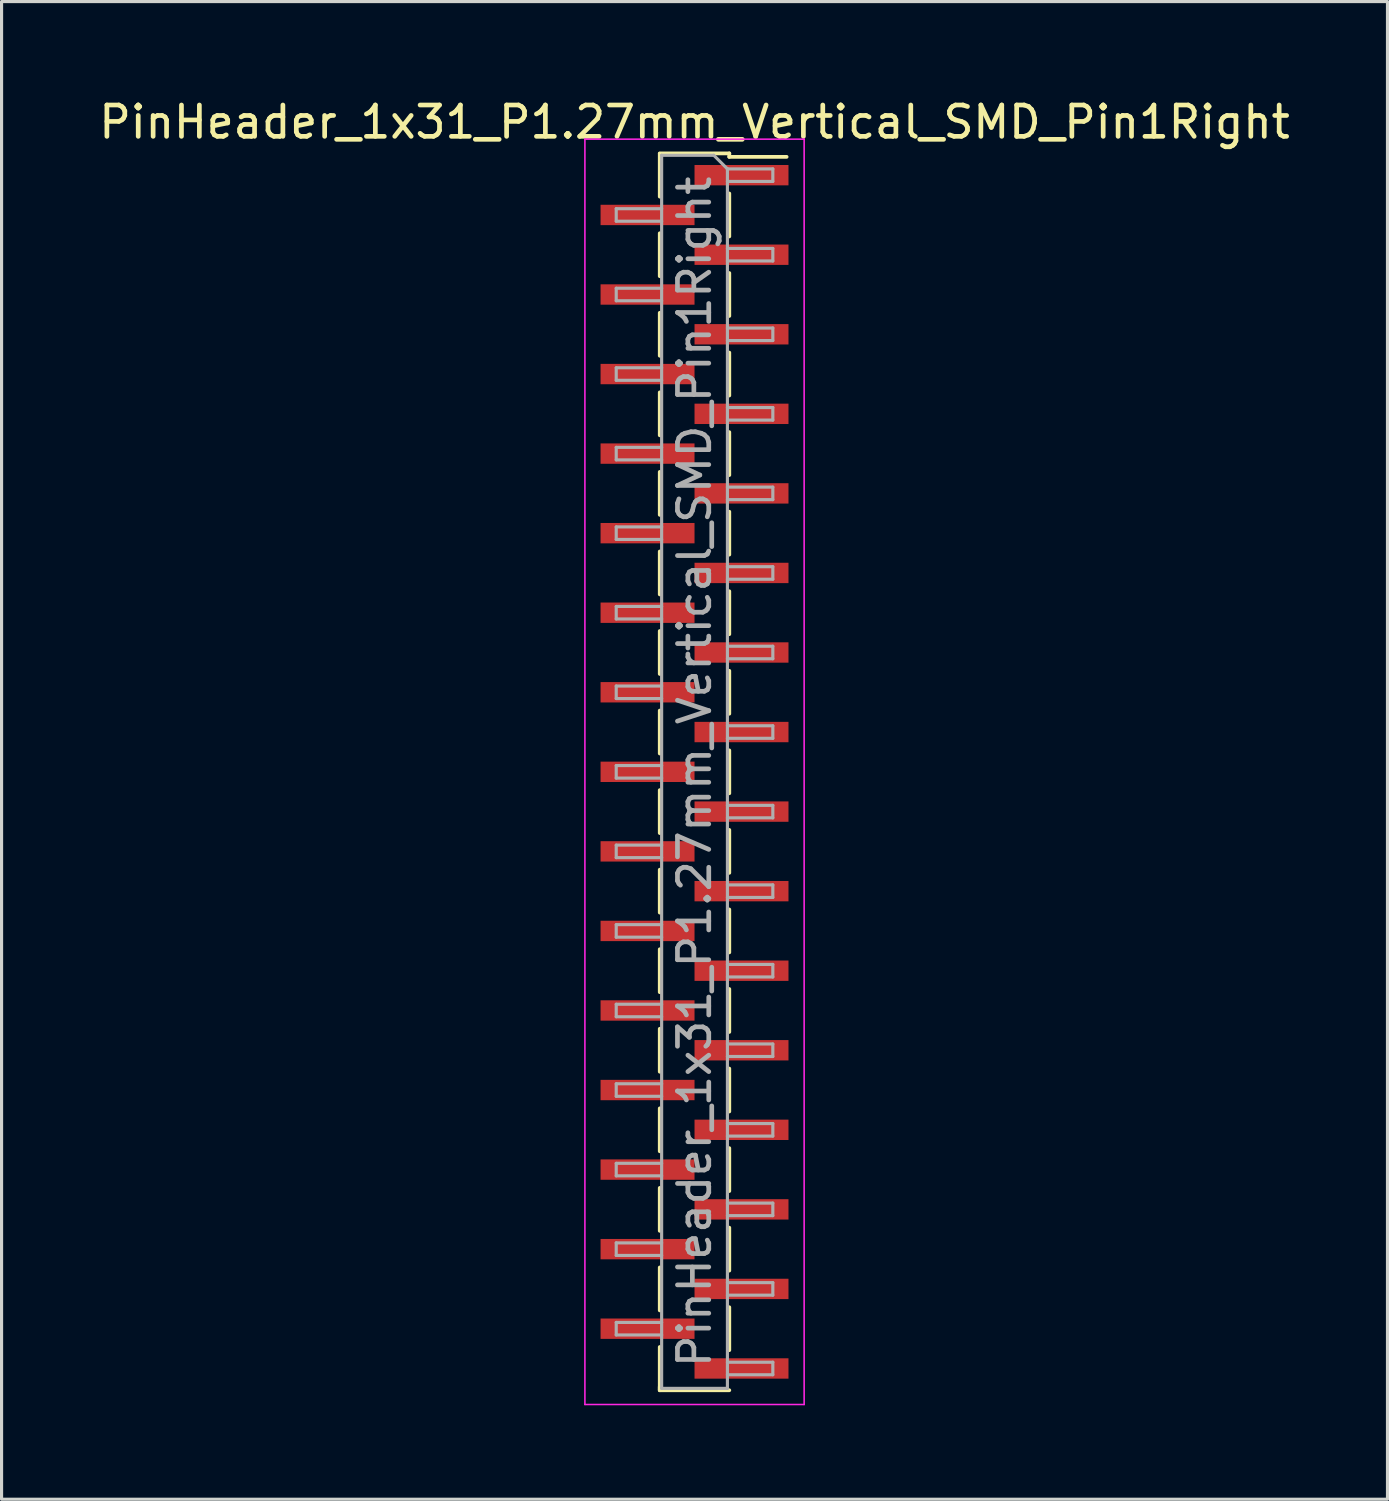
<source format=kicad_pcb>
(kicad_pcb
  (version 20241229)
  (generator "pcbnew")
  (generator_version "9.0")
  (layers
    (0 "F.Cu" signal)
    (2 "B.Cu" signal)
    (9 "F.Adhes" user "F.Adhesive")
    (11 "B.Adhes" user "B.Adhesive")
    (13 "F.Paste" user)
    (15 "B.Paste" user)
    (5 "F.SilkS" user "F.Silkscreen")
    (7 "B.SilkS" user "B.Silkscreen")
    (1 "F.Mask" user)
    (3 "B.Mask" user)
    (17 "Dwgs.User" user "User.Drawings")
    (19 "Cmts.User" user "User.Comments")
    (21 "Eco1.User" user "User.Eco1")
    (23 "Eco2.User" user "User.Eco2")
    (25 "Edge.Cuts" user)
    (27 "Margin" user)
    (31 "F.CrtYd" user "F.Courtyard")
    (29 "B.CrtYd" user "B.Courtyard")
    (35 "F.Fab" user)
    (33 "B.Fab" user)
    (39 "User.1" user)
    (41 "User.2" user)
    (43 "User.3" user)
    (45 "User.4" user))
  (footprint "PinHeader_1x31_P1.27mm_Vertical_SMD_Pin1Right"
    (layer "F.Cu")
    (at 19.125 21.593)
    (property "Reference" "PinHeader_1x31_P1.27mm_Vertical_SMD_Pin1Right" (at 0 -20.745 0) (layer "F.SilkS") (effects (font (size 1 1) (thickness 0.15))))
    (attr smd)
    (fp_line (start -1.11 -19.745) (end 1.11 -19.745) (stroke (width 0.12) (type solid)) (layer "F.SilkS"))
    (fp_line (start -1.11 -19.735) (end -1.11 -18.365) (stroke (width 0.12) (type solid)) (layer "F.SilkS"))
    (fp_line (start -1.11 -17.195) (end -1.11 -15.825) (stroke (width 0.12) (type solid)) (layer "F.SilkS"))
    (fp_line (start -1.11 -14.655) (end -1.11 -13.285) (stroke (width 0.12) (type solid)) (layer "F.SilkS"))
    (fp_line (start -1.11 -12.115) (end -1.11 -10.745) (stroke (width 0.12) (type solid)) (layer "F.SilkS"))
    (fp_line (start -1.11 -9.575) (end -1.11 -8.205) (stroke (width 0.12) (type solid)) (layer "F.SilkS"))
    (fp_line (start -1.11 -7.035) (end -1.11 -5.665) (stroke (width 0.12) (type solid)) (layer "F.SilkS"))
    (fp_line (start -1.11 -4.495) (end -1.11 -3.125) (stroke (width 0.12) (type solid)) (layer "F.SilkS"))
    (fp_line (start -1.11 -1.955) (end -1.11 -0.585) (stroke (width 0.12) (type solid)) (layer "F.SilkS"))
    (fp_line (start -1.11 0.585) (end -1.11 1.955) (stroke (width 0.12) (type solid)) (layer "F.SilkS"))
    (fp_line (start -1.11 3.125) (end -1.11 4.495) (stroke (width 0.12) (type solid)) (layer "F.SilkS"))
    (fp_line (start -1.11 5.665) (end -1.11 7.035) (stroke (width 0.12) (type solid)) (layer "F.SilkS"))
    (fp_line (start -1.11 8.205) (end -1.11 9.575) (stroke (width 0.12) (type solid)) (layer "F.SilkS"))
    (fp_line (start -1.11 10.745) (end -1.11 12.115) (stroke (width 0.12) (type solid)) (layer "F.SilkS"))
    (fp_line (start -1.11 13.285) (end -1.11 14.655) (stroke (width 0.12) (type solid)) (layer "F.SilkS"))
    (fp_line (start -1.11 15.825) (end -1.11 17.195) (stroke (width 0.12) (type solid)) (layer "F.SilkS"))
    (fp_line (start -1.11 18.365) (end -1.11 19.735) (stroke (width 0.12) (type solid)) (layer "F.SilkS"))
    (fp_line (start -1.11 19.635) (end -1.11 19.745) (stroke (width 0.12) (type solid)) (layer "F.SilkS"))
    (fp_line (start -1.11 19.745) (end 1.11 19.745) (stroke (width 0.12) (type solid)) (layer "F.SilkS"))
    (fp_line (start 1.11 -19.745) (end 1.11 -19.635) (stroke (width 0.12) (type solid)) (layer "F.SilkS"))
    (fp_line (start 1.11 -19.635) (end 2.94 -19.635) (stroke (width 0.12) (type solid)) (layer "F.SilkS"))
    (fp_line (start 1.11 -18.465) (end 1.11 -17.095) (stroke (width 0.12) (type solid)) (layer "F.SilkS"))
    (fp_line (start 1.11 -15.925) (end 1.11 -14.555) (stroke (width 0.12) (type solid)) (layer "F.SilkS"))
    (fp_line (start 1.11 -13.385) (end 1.11 -12.015) (stroke (width 0.12) (type solid)) (layer "F.SilkS"))
    (fp_line (start 1.11 -10.845) (end 1.11 -9.475) (stroke (width 0.12) (type solid)) (layer "F.SilkS"))
    (fp_line (start 1.11 -8.305) (end 1.11 -6.935) (stroke (width 0.12) (type solid)) (layer "F.SilkS"))
    (fp_line (start 1.11 -5.765) (end 1.11 -4.395) (stroke (width 0.12) (type solid)) (layer "F.SilkS"))
    (fp_line (start 1.11 -3.225) (end 1.11 -1.855) (stroke (width 0.12) (type solid)) (layer "F.SilkS"))
    (fp_line (start 1.11 -0.685) (end 1.11 0.685) (stroke (width 0.12) (type solid)) (layer "F.SilkS"))
    (fp_line (start 1.11 1.855) (end 1.11 3.225) (stroke (width 0.12) (type solid)) (layer "F.SilkS"))
    (fp_line (start 1.11 4.395) (end 1.11 5.765) (stroke (width 0.12) (type solid)) (layer "F.SilkS"))
    (fp_line (start 1.11 6.935) (end 1.11 8.305) (stroke (width 0.12) (type solid)) (layer "F.SilkS"))
    (fp_line (start 1.11 9.475) (end 1.11 10.845) (stroke (width 0.12) (type solid)) (layer "F.SilkS"))
    (fp_line (start 1.11 12.015) (end 1.11 13.385) (stroke (width 0.12) (type solid)) (layer "F.SilkS"))
    (fp_line (start 1.11 14.555) (end 1.11 15.925) (stroke (width 0.12) (type solid)) (layer "F.SilkS"))
    (fp_line (start 1.11 17.095) (end 1.11 18.465) (stroke (width 0.12) (type solid)) (layer "F.SilkS"))
    (fp_line (start -3.5 -20.2) (end -3.5 20.2) (stroke (width 0.05) (type solid)) (layer "F.CrtYd"))
    (fp_line (start -3.5 20.2) (end 3.5 20.2) (stroke (width 0.05) (type solid)) (layer "F.CrtYd"))
    (fp_line (start 3.5 -20.2) (end -3.5 -20.2) (stroke (width 0.05) (type solid)) (layer "F.CrtYd"))
    (fp_line (start 3.5 20.2) (end 3.5 -20.2) (stroke (width 0.05) (type solid)) (layer "F.CrtYd"))
    (fp_line (start -2.5 -17.98) (end -2.5 -17.58) (stroke (width 0.1) (type solid)) (layer "F.Fab"))
    (fp_line (start -2.5 -17.58) (end -1.05 -17.58) (stroke (width 0.1) (type solid)) (layer "F.Fab"))
    (fp_line (start -2.5 -15.44) (end -2.5 -15.04) (stroke (width 0.1) (type solid)) (layer "F.Fab"))
    (fp_line (start -2.5 -15.04) (end -1.05 -15.04) (stroke (width 0.1) (type solid)) (layer "F.Fab"))
    (fp_line (start -2.5 -12.9) (end -2.5 -12.5) (stroke (width 0.1) (type solid)) (layer "F.Fab"))
    (fp_line (start -2.5 -12.5) (end -1.05 -12.5) (stroke (width 0.1) (type solid)) (layer "F.Fab"))
    (fp_line (start -2.5 -10.36) (end -2.5 -9.96) (stroke (width 0.1) (type solid)) (layer "F.Fab"))
    (fp_line (start -2.5 -9.96) (end -1.05 -9.96) (stroke (width 0.1) (type solid)) (layer "F.Fab"))
    (fp_line (start -2.5 -7.82) (end -2.5 -7.42) (stroke (width 0.1) (type solid)) (layer "F.Fab"))
    (fp_line (start -2.5 -7.42) (end -1.05 -7.42) (stroke (width 0.1) (type solid)) (layer "F.Fab"))
    (fp_line (start -2.5 -5.28) (end -2.5 -4.88) (stroke (width 0.1) (type solid)) (layer "F.Fab"))
    (fp_line (start -2.5 -4.88) (end -1.05 -4.88) (stroke (width 0.1) (type solid)) (layer "F.Fab"))
    (fp_line (start -2.5 -2.74) (end -2.5 -2.34) (stroke (width 0.1) (type solid)) (layer "F.Fab"))
    (fp_line (start -2.5 -2.34) (end -1.05 -2.34) (stroke (width 0.1) (type solid)) (layer "F.Fab"))
    (fp_line (start -2.5 -0.2) (end -2.5 0.2) (stroke (width 0.1) (type solid)) (layer "F.Fab"))
    (fp_line (start -2.5 0.2) (end -1.05 0.2) (stroke (width 0.1) (type solid)) (layer "F.Fab"))
    (fp_line (start -2.5 2.34) (end -2.5 2.74) (stroke (width 0.1) (type solid)) (layer "F.Fab"))
    (fp_line (start -2.5 2.74) (end -1.05 2.74) (stroke (width 0.1) (type solid)) (layer "F.Fab"))
    (fp_line (start -2.5 4.88) (end -2.5 5.28) (stroke (width 0.1) (type solid)) (layer "F.Fab"))
    (fp_line (start -2.5 5.28) (end -1.05 5.28) (stroke (width 0.1) (type solid)) (layer "F.Fab"))
    (fp_line (start -2.5 7.42) (end -2.5 7.82) (stroke (width 0.1) (type solid)) (layer "F.Fab"))
    (fp_line (start -2.5 7.82) (end -1.05 7.82) (stroke (width 0.1) (type solid)) (layer "F.Fab"))
    (fp_line (start -2.5 9.96) (end -2.5 10.36) (stroke (width 0.1) (type solid)) (layer "F.Fab"))
    (fp_line (start -2.5 10.36) (end -1.05 10.36) (stroke (width 0.1) (type solid)) (layer "F.Fab"))
    (fp_line (start -2.5 12.5) (end -2.5 12.9) (stroke (width 0.1) (type solid)) (layer "F.Fab"))
    (fp_line (start -2.5 12.9) (end -1.05 12.9) (stroke (width 0.1) (type solid)) (layer "F.Fab"))
    (fp_line (start -2.5 15.04) (end -2.5 15.44) (stroke (width 0.1) (type solid)) (layer "F.Fab"))
    (fp_line (start -2.5 15.44) (end -1.05 15.44) (stroke (width 0.1) (type solid)) (layer "F.Fab"))
    (fp_line (start -2.5 17.58) (end -2.5 17.98) (stroke (width 0.1) (type solid)) (layer "F.Fab"))
    (fp_line (start -2.5 17.98) (end -1.05 17.98) (stroke (width 0.1) (type solid)) (layer "F.Fab"))
    (fp_line (start -1.05 -19.685) (end -1.05 19.685) (stroke (width 0.1) (type solid)) (layer "F.Fab"))
    (fp_line (start -1.05 -19.685) (end 0.615 -19.685) (stroke (width 0.1) (type solid)) (layer "F.Fab"))
    (fp_line (start -1.05 -17.98) (end -2.5 -17.98) (stroke (width 0.1) (type solid)) (layer "F.Fab"))
    (fp_line (start -1.05 -15.44) (end -2.5 -15.44) (stroke (width 0.1) (type solid)) (layer "F.Fab"))
    (fp_line (start -1.05 -12.9) (end -2.5 -12.9) (stroke (width 0.1) (type solid)) (layer "F.Fab"))
    (fp_line (start -1.05 -10.36) (end -2.5 -10.36) (stroke (width 0.1) (type solid)) (layer "F.Fab"))
    (fp_line (start -1.05 -7.82) (end -2.5 -7.82) (stroke (width 0.1) (type solid)) (layer "F.Fab"))
    (fp_line (start -1.05 -5.28) (end -2.5 -5.28) (stroke (width 0.1) (type solid)) (layer "F.Fab"))
    (fp_line (start -1.05 -2.74) (end -2.5 -2.74) (stroke (width 0.1) (type solid)) (layer "F.Fab"))
    (fp_line (start -1.05 -0.2) (end -2.5 -0.2) (stroke (width 0.1) (type solid)) (layer "F.Fab"))
    (fp_line (start -1.05 2.34) (end -2.5 2.34) (stroke (width 0.1) (type solid)) (layer "F.Fab"))
    (fp_line (start -1.05 4.88) (end -2.5 4.88) (stroke (width 0.1) (type solid)) (layer "F.Fab"))
    (fp_line (start -1.05 7.42) (end -2.5 7.42) (stroke (width 0.1) (type solid)) (layer "F.Fab"))
    (fp_line (start -1.05 9.96) (end -2.5 9.96) (stroke (width 0.1) (type solid)) (layer "F.Fab"))
    (fp_line (start -1.05 12.5) (end -2.5 12.5) (stroke (width 0.1) (type solid)) (layer "F.Fab"))
    (fp_line (start -1.05 15.04) (end -2.5 15.04) (stroke (width 0.1) (type solid)) (layer "F.Fab"))
    (fp_line (start -1.05 17.58) (end -2.5 17.58) (stroke (width 0.1) (type solid)) (layer "F.Fab"))
    (fp_line (start 1.05 -19.25) (end 0.615 -19.685) (stroke (width 0.1) (type solid)) (layer "F.Fab"))
    (fp_line (start 1.05 -19.25) (end 2.5 -19.25) (stroke (width 0.1) (type solid)) (layer "F.Fab"))
    (fp_line (start 1.05 -16.71) (end 2.5 -16.71) (stroke (width 0.1) (type solid)) (layer "F.Fab"))
    (fp_line (start 1.05 -14.17) (end 2.5 -14.17) (stroke (width 0.1) (type solid)) (layer "F.Fab"))
    (fp_line (start 1.05 -11.63) (end 2.5 -11.63) (stroke (width 0.1) (type solid)) (layer "F.Fab"))
    (fp_line (start 1.05 -9.09) (end 2.5 -9.09) (stroke (width 0.1) (type solid)) (layer "F.Fab"))
    (fp_line (start 1.05 -6.55) (end 2.5 -6.55) (stroke (width 0.1) (type solid)) (layer "F.Fab"))
    (fp_line (start 1.05 -4.01) (end 2.5 -4.01) (stroke (width 0.1) (type solid)) (layer "F.Fab"))
    (fp_line (start 1.05 -1.47) (end 2.5 -1.47) (stroke (width 0.1) (type solid)) (layer "F.Fab"))
    (fp_line (start 1.05 1.07) (end 2.5 1.07) (stroke (width 0.1) (type solid)) (layer "F.Fab"))
    (fp_line (start 1.05 3.61) (end 2.5 3.61) (stroke (width 0.1) (type solid)) (layer "F.Fab"))
    (fp_line (start 1.05 6.15) (end 2.5 6.15) (stroke (width 0.1) (type solid)) (layer "F.Fab"))
    (fp_line (start 1.05 8.69) (end 2.5 8.69) (stroke (width 0.1) (type solid)) (layer "F.Fab"))
    (fp_line (start 1.05 11.23) (end 2.5 11.23) (stroke (width 0.1) (type solid)) (layer "F.Fab"))
    (fp_line (start 1.05 13.77) (end 2.5 13.77) (stroke (width 0.1) (type solid)) (layer "F.Fab"))
    (fp_line (start 1.05 16.31) (end 2.5 16.31) (stroke (width 0.1) (type solid)) (layer "F.Fab"))
    (fp_line (start 1.05 18.85) (end 2.5 18.85) (stroke (width 0.1) (type solid)) (layer "F.Fab"))
    (fp_line (start 1.05 19.685) (end -1.05 19.685) (stroke (width 0.1) (type solid)) (layer "F.Fab"))
    (fp_line (start 1.05 19.685) (end 1.05 -19.25) (stroke (width 0.1) (type solid)) (layer "F.Fab"))
    (fp_line (start 2.5 -19.25) (end 2.5 -18.85) (stroke (width 0.1) (type solid)) (layer "F.Fab"))
    (fp_line (start 2.5 -18.85) (end 1.05 -18.85) (stroke (width 0.1) (type solid)) (layer "F.Fab"))
    (fp_line (start 2.5 -16.71) (end 2.5 -16.31) (stroke (width 0.1) (type solid)) (layer "F.Fab"))
    (fp_line (start 2.5 -16.31) (end 1.05 -16.31) (stroke (width 0.1) (type solid)) (layer "F.Fab"))
    (fp_line (start 2.5 -14.17) (end 2.5 -13.77) (stroke (width 0.1) (type solid)) (layer "F.Fab"))
    (fp_line (start 2.5 -13.77) (end 1.05 -13.77) (stroke (width 0.1) (type solid)) (layer "F.Fab"))
    (fp_line (start 2.5 -11.63) (end 2.5 -11.23) (stroke (width 0.1) (type solid)) (layer "F.Fab"))
    (fp_line (start 2.5 -11.23) (end 1.05 -11.23) (stroke (width 0.1) (type solid)) (layer "F.Fab"))
    (fp_line (start 2.5 -9.09) (end 2.5 -8.69) (stroke (width 0.1) (type solid)) (layer "F.Fab"))
    (fp_line (start 2.5 -8.69) (end 1.05 -8.69) (stroke (width 0.1) (type solid)) (layer "F.Fab"))
    (fp_line (start 2.5 -6.55) (end 2.5 -6.15) (stroke (width 0.1) (type solid)) (layer "F.Fab"))
    (fp_line (start 2.5 -6.15) (end 1.05 -6.15) (stroke (width 0.1) (type solid)) (layer "F.Fab"))
    (fp_line (start 2.5 -4.01) (end 2.5 -3.61) (stroke (width 0.1) (type solid)) (layer "F.Fab"))
    (fp_line (start 2.5 -3.61) (end 1.05 -3.61) (stroke (width 0.1) (type solid)) (layer "F.Fab"))
    (fp_line (start 2.5 -1.47) (end 2.5 -1.07) (stroke (width 0.1) (type solid)) (layer "F.Fab"))
    (fp_line (start 2.5 -1.07) (end 1.05 -1.07) (stroke (width 0.1) (type solid)) (layer "F.Fab"))
    (fp_line (start 2.5 1.07) (end 2.5 1.47) (stroke (width 0.1) (type solid)) (layer "F.Fab"))
    (fp_line (start 2.5 1.47) (end 1.05 1.47) (stroke (width 0.1) (type solid)) (layer "F.Fab"))
    (fp_line (start 2.5 3.61) (end 2.5 4.01) (stroke (width 0.1) (type solid)) (layer "F.Fab"))
    (fp_line (start 2.5 4.01) (end 1.05 4.01) (stroke (width 0.1) (type solid)) (layer "F.Fab"))
    (fp_line (start 2.5 6.15) (end 2.5 6.55) (stroke (width 0.1) (type solid)) (layer "F.Fab"))
    (fp_line (start 2.5 6.55) (end 1.05 6.55) (stroke (width 0.1) (type solid)) (layer "F.Fab"))
    (fp_line (start 2.5 8.69) (end 2.5 9.09) (stroke (width 0.1) (type solid)) (layer "F.Fab"))
    (fp_line (start 2.5 9.09) (end 1.05 9.09) (stroke (width 0.1) (type solid)) (layer "F.Fab"))
    (fp_line (start 2.5 11.23) (end 2.5 11.63) (stroke (width 0.1) (type solid)) (layer "F.Fab"))
    (fp_line (start 2.5 11.63) (end 1.05 11.63) (stroke (width 0.1) (type solid)) (layer "F.Fab"))
    (fp_line (start 2.5 13.77) (end 2.5 14.17) (stroke (width 0.1) (type solid)) (layer "F.Fab"))
    (fp_line (start 2.5 14.17) (end 1.05 14.17) (stroke (width 0.1) (type solid)) (layer "F.Fab"))
    (fp_line (start 2.5 16.31) (end 2.5 16.71) (stroke (width 0.1) (type solid)) (layer "F.Fab"))
    (fp_line (start 2.5 16.71) (end 1.05 16.71) (stroke (width 0.1) (type solid)) (layer "F.Fab"))
    (fp_line (start 2.5 18.85) (end 2.5 19.25) (stroke (width 0.1) (type solid)) (layer "F.Fab"))
    (fp_line (start 2.5 19.25) (end 1.05 19.25) (stroke (width 0.1) (type solid)) (layer "F.Fab"))
    (fp_text user "${REFERENCE}" (at 0 0 90) (layer "F.Fab") (effects (font (size 1 1) (thickness 0.15))))
    (pad "1" smd rect (at 1.5 -19.05) (size 3 0.65) (layers "F.Cu" "F.Mask" "F.Paste"))
    (pad "2" smd rect (at -1.5 -17.78) (size 3 0.65) (layers "F.Cu" "F.Mask" "F.Paste"))
    (pad "3" smd rect (at 1.5 -16.51) (size 3 0.65) (layers "F.Cu" "F.Mask" "F.Paste"))
    (pad "4" smd rect (at -1.5 -15.24) (size 3 0.65) (layers "F.Cu" "F.Mask" "F.Paste"))
    (pad "5" smd rect (at 1.5 -13.97) (size 3 0.65) (layers "F.Cu" "F.Mask" "F.Paste"))
    (pad "6" smd rect (at -1.5 -12.7) (size 3 0.65) (layers "F.Cu" "F.Mask" "F.Paste"))
    (pad "7" smd rect (at 1.5 -11.43) (size 3 0.65) (layers "F.Cu" "F.Mask" "F.Paste"))
    (pad "8" smd rect (at -1.5 -10.16) (size 3 0.65) (layers "F.Cu" "F.Mask" "F.Paste"))
    (pad "9" smd rect (at 1.5 -8.89) (size 3 0.65) (layers "F.Cu" "F.Mask" "F.Paste"))
    (pad "10" smd rect (at -1.5 -7.62) (size 3 0.65) (layers "F.Cu" "F.Mask" "F.Paste"))
    (pad "11" smd rect (at 1.5 -6.35) (size 3 0.65) (layers "F.Cu" "F.Mask" "F.Paste"))
    (pad "12" smd rect (at -1.5 -5.08) (size 3 0.65) (layers "F.Cu" "F.Mask" "F.Paste"))
    (pad "13" smd rect (at 1.5 -3.81) (size 3 0.65) (layers "F.Cu" "F.Mask" "F.Paste"))
    (pad "14" smd rect (at -1.5 -2.54) (size 3 0.65) (layers "F.Cu" "F.Mask" "F.Paste"))
    (pad "15" smd rect (at 1.5 -1.27) (size 3 0.65) (layers "F.Cu" "F.Mask" "F.Paste"))
    (pad "16" smd rect (at -1.5 0) (size 3 0.65) (layers "F.Cu" "F.Mask" "F.Paste"))
    (pad "17" smd rect (at 1.5 1.27) (size 3 0.65) (layers "F.Cu" "F.Mask" "F.Paste"))
    (pad "18" smd rect (at -1.5 2.54) (size 3 0.65) (layers "F.Cu" "F.Mask" "F.Paste"))
    (pad "19" smd rect (at 1.5 3.81) (size 3 0.65) (layers "F.Cu" "F.Mask" "F.Paste"))
    (pad "20" smd rect (at -1.5 5.08) (size 3 0.65) (layers "F.Cu" "F.Mask" "F.Paste"))
    (pad "21" smd rect (at 1.5 6.35) (size 3 0.65) (layers "F.Cu" "F.Mask" "F.Paste"))
    (pad "22" smd rect (at -1.5 7.62) (size 3 0.65) (layers "F.Cu" "F.Mask" "F.Paste"))
    (pad "23" smd rect (at 1.5 8.89) (size 3 0.65) (layers "F.Cu" "F.Mask" "F.Paste"))
    (pad "24" smd rect (at -1.5 10.16) (size 3 0.65) (layers "F.Cu" "F.Mask" "F.Paste"))
    (pad "25" smd rect (at 1.5 11.43) (size 3 0.65) (layers "F.Cu" "F.Mask" "F.Paste"))
    (pad "26" smd rect (at -1.5 12.7) (size 3 0.65) (layers "F.Cu" "F.Mask" "F.Paste"))
    (pad "27" smd rect (at 1.5 13.97) (size 3 0.65) (layers "F.Cu" "F.Mask" "F.Paste"))
    (pad "28" smd rect (at -1.5 15.24) (size 3 0.65) (layers "F.Cu" "F.Mask" "F.Paste"))
    (pad "29" smd rect (at 1.5 16.51) (size 3 0.65) (layers "F.Cu" "F.Mask" "F.Paste"))
    (pad "30" smd rect (at -1.5 17.78) (size 3 0.65) (layers "F.Cu" "F.Mask" "F.Paste"))
    (pad "31" smd rect (at 1.5 19.05) (size 3 0.65) (layers "F.Cu" "F.Mask" "F.Paste")))
  (gr_rect
    (start -3 -3)
    (end 41.25 44.818)
    (stroke (width 0.1) (type default))
    (fill no)
    (layer "Edge.Cuts")))
</source>
